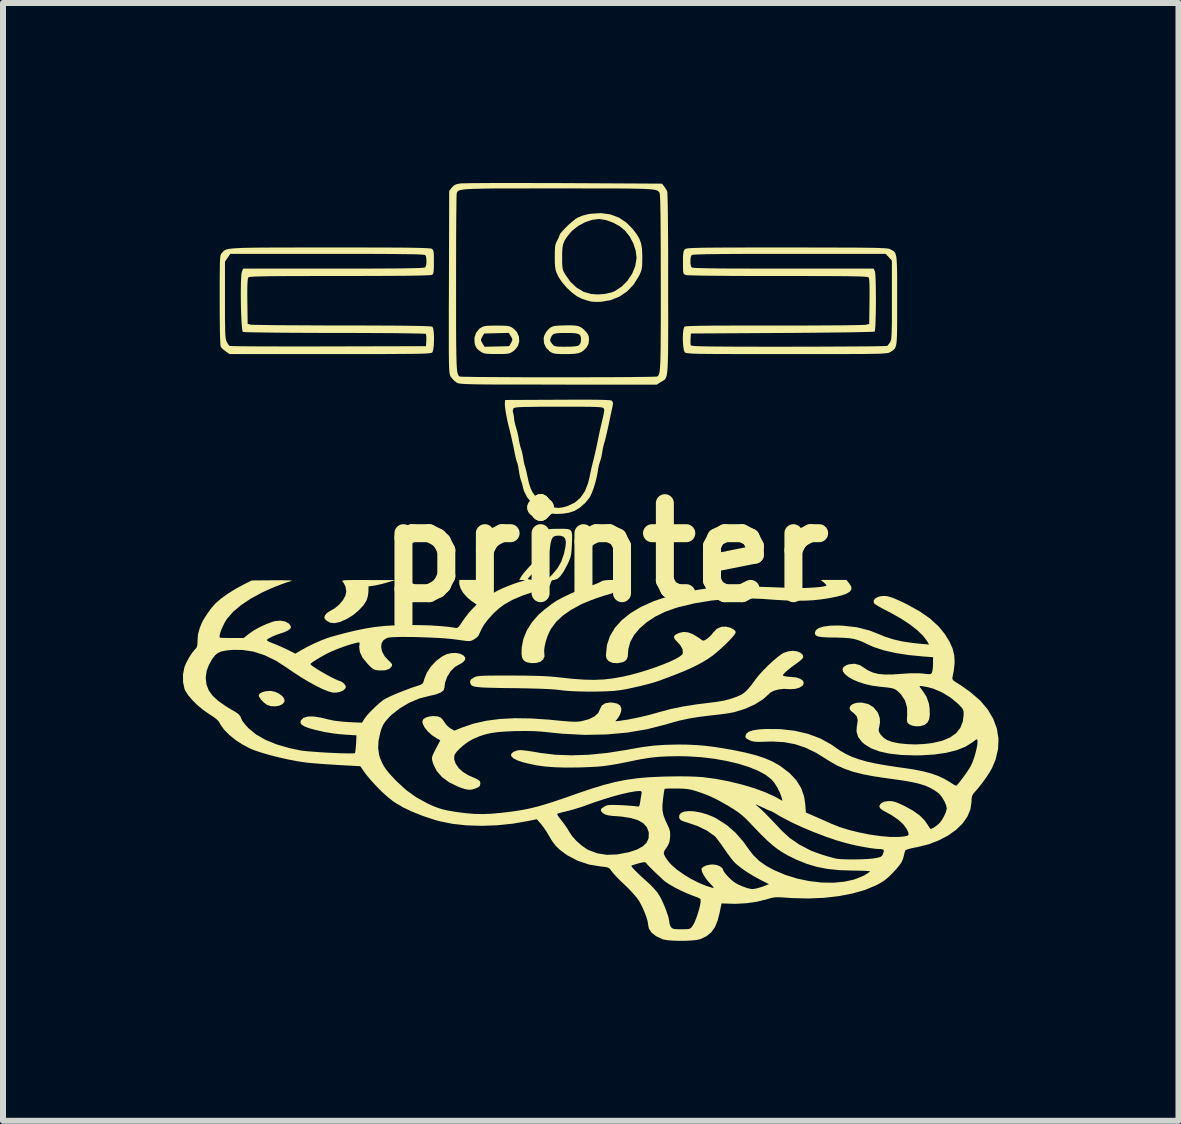
<source format=kicad_pcb>
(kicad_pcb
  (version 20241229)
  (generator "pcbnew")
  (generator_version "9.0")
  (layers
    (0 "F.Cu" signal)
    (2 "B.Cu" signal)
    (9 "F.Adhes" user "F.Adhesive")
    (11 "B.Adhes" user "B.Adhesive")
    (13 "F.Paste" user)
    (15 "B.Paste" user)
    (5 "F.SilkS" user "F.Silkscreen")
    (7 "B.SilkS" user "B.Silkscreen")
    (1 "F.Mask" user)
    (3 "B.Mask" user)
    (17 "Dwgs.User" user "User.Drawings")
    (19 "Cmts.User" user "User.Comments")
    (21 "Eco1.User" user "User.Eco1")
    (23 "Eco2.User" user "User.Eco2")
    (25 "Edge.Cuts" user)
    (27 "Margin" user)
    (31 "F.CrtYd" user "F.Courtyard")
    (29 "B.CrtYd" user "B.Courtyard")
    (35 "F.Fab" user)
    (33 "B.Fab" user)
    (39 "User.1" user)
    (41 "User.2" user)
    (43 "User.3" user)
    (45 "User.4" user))
  (footprint "printer"
    (layer "F.Cu")
    (at 7.032 6.159)
    (property "Reference" "printer" (at 0 0 0) (layer "F.SilkS") (effects (font (size 1.5 1.5) (thickness 0.3))))
    (attr board_only exclude_from_pos_files exclude_from_bom)
    (fp_poly (pts (xy -5.566 2.308) (xy -5.494 2.323) (xy -5.429 2.354) (xy -5.377 2.394) (xy -5.344 2.438) (xy -5.339 2.482) (xy -5.341 2.488) (xy -5.373 2.527) (xy -5.428 2.554) (xy -5.497 2.565) (xy -5.568 2.561) (xy -5.633 2.539) (xy -5.639 2.535) (xy -5.689 2.497) (xy -5.732 2.451) (xy -5.762 2.407) (xy -5.77 2.382) (xy -5.753 2.352) (xy -5.711 2.328) (xy -5.651 2.312) (xy -5.582 2.307)) (stroke (width 0) (type solid)) (fill yes) (layer "F.SilkS"))
    (fp_poly (pts (xy -3.974 0.458) (xy -3.946 0.459) (xy -3.492 0.46) (xy -3.632 0.501) (xy -3.711 0.523) (xy -3.789 0.541) (xy -3.85 0.553) (xy -3.857 0.554) (xy -3.94 0.565) (xy -3.941 0.648) (xy -3.948 0.716) (xy -3.967 0.785) (xy -3.973 0.8) (xy -4.023 0.88) (xy -4.099 0.961) (xy -4.191 1.039) (xy -4.293 1.103) (xy -4.314 1.114) (xy -4.42 1.16) (xy -4.507 1.178) (xy -4.578 1.171) (xy -4.637 1.137) (xy -4.638 1.137) (xy -4.669 1.106) (xy -4.676 1.08) (xy -4.666 1.049) (xy -4.635 1.011) (xy -4.59 0.98) (xy -4.587 0.979) (xy -4.503 0.931) (xy -4.427 0.867) (xy -4.365 0.793) (xy -4.324 0.717) (xy -4.31 0.648) (xy -4.323 0.568) (xy -4.359 0.499) (xy -4.371 0.486) (xy -4.378 0.478) (xy -4.376 0.471) (xy -4.361 0.466) (xy -4.331 0.462) (xy -4.281 0.46) (xy -4.207 0.459) (xy -4.106 0.458)) (stroke (width 0) (type solid)) (fill yes) (layer "F.SilkS"))
    (fp_poly (pts (xy -1.714 -3.781) (xy -1.651 -3.779) (xy -1.607 -3.774) (xy -1.574 -3.764) (xy -1.546 -3.748) (xy -1.528 -3.736) (xy -1.466 -3.675) (xy -1.433 -3.6) (xy -1.427 -3.52) (xy -1.449 -3.443) (xy -1.5 -3.377) (xy -1.53 -3.353) (xy -1.562 -3.333) (xy -1.593 -3.32) (xy -1.63 -3.312) (xy -1.682 -3.309) (xy -1.757 -3.308) (xy -1.807 -3.308) (xy -1.897 -3.309) (xy -1.96 -3.312) (xy -2.004 -3.317) (xy -2.035 -3.328) (xy -2.064 -3.344) (xy -2.075 -3.352) (xy -2.123 -3.389) (xy -2.15 -3.424) (xy -2.166 -3.471) (xy -2.171 -3.495) (xy -2.173 -3.532) (xy -2.064 -3.532) (xy -2.046 -3.497) (xy -2.04 -3.486) (xy -2.005 -3.429) (xy -1.8 -3.434) (xy -1.595 -3.439) (xy -1.564 -3.494) (xy -1.545 -3.533) (xy -1.544 -3.561) (xy -1.563 -3.597) (xy -1.567 -3.604) (xy -1.601 -3.66) (xy -1.807 -3.655) (xy -2.012 -3.65) (xy -2.043 -3.596) (xy -2.062 -3.559) (xy -2.064 -3.532) (xy -2.173 -3.532) (xy -2.174 -3.581) (xy -2.147 -3.661) (xy -2.096 -3.726) (xy -2.08 -3.738) (xy -2.049 -3.757) (xy -2.019 -3.769) (xy -1.982 -3.777) (xy -1.929 -3.78) (xy -1.852 -3.782) (xy -1.804 -3.782)) (stroke (width 0) (type solid)) (fill yes) (layer "F.SilkS"))
    (fp_poly (pts (xy 0.264 0.563) (xy 0.206 0.624) (xy 0.158 0.663) (xy 0.11 0.684) (xy 0.1 0.687) (xy -0.017 0.721) (xy -0.143 0.763) (xy -0.265 0.809) (xy -0.371 0.853) (xy -0.404 0.869) (xy -0.57 0.96) (xy -0.705 1.055) (xy -0.811 1.155) (xy -0.893 1.265) (xy -0.924 1.321) (xy -0.956 1.395) (xy -0.983 1.477) (xy -1.003 1.558) (xy -1.012 1.627) (xy -1.01 1.675) (xy -1.009 1.681) (xy -1.006 1.733) (xy -1.03 1.784) (xy -1.072 1.82) (xy -1.141 1.841) (xy -1.222 1.844) (xy -1.297 1.831) (xy -1.323 1.819) (xy -1.358 1.792) (xy -1.38 1.752) (xy -1.389 1.692) (xy -1.387 1.607) (xy -1.386 1.585) (xy -1.359 1.442) (xy -1.301 1.299) (xy -1.214 1.161) (xy -1.104 1.035) (xy -1.01 0.954) (xy -0.964 0.919) (xy -0.909 0.876) (xy -0.888 0.86) (xy -0.81 0.807) (xy -0.705 0.75) (xy -0.583 0.691) (xy -0.452 0.635) (xy -0.319 0.586) (xy -0.308 0.582) (xy -0.226 0.553) (xy -0.153 0.525) (xy -0.097 0.502) (xy -0.069 0.487) (xy -0.041 0.473) (xy -0.00002 0.464) (xy 0.061 0.459) (xy 0.15 0.457) (xy 0.164 0.457) (xy 0.355 0.457)) (stroke (width 0) (type solid)) (fill yes) (layer "F.SilkS"))
    (fp_poly (pts (xy -0.504 -3.784) (xy -0.445 -3.774) (xy -0.4 -3.755) (xy -0.361 -3.726) (xy -0.33 -3.696) (xy -0.29 -3.648) (xy -0.27 -3.606) (xy -0.264 -3.557) (xy -0.264 -3.546) (xy -0.272 -3.479) (xy -0.301 -3.424) (xy -0.31 -3.413) (xy -0.351 -3.37) (xy -0.393 -3.34) (xy -0.445 -3.321) (xy -0.513 -3.311) (xy -0.605 -3.307) (xy -0.655 -3.307) (xy -0.743 -3.308) (xy -0.804 -3.31) (xy -0.847 -3.317) (xy -0.88 -3.328) (xy -0.91 -3.345) (xy -0.918 -3.35) (xy -0.98 -3.412) (xy -1.015 -3.489) (xy -1.019 -3.554) (xy -0.911 -3.554) (xy -0.909 -3.522) (xy -0.884 -3.484) (xy -0.878 -3.476) (xy -0.86 -3.456) (xy -0.841 -3.443) (xy -0.812 -3.435) (xy -0.767 -3.431) (xy -0.697 -3.43) (xy -0.653 -3.43) (xy -0.552 -3.432) (xy -0.483 -3.438) (xy -0.441 -3.449) (xy -0.431 -3.454) (xy -0.404 -3.496) (xy -0.398 -3.541) (xy -0.4 -3.588) (xy -0.412 -3.621) (xy -0.439 -3.641) (xy -0.486 -3.653) (xy -0.558 -3.658) (xy -0.64 -3.658) (xy -0.732 -3.658) (xy -0.796 -3.655) (xy -0.838 -3.647) (xy -0.864 -3.635) (xy -0.883 -3.614) (xy -0.894 -3.594) (xy -0.911 -3.554) (xy -1.019 -3.554) (xy -1.02 -3.573) (xy -1.01 -3.616) (xy -0.98 -3.674) (xy -0.936 -3.726) (xy -0.928 -3.732) (xy -0.899 -3.754) (xy -0.869 -3.768) (xy -0.83 -3.777) (xy -0.773 -3.782) (xy -0.69 -3.785) (xy -0.583 -3.787)) (stroke (width 0) (type solid)) (fill yes) (layer "F.SilkS"))
    (fp_poly (pts (xy 4.071 0.513) (xy 4.106 0.566) (xy 4.11 0.612) (xy 4.084 0.652) (xy 4.027 0.687) (xy 3.936 0.718) (xy 3.853 0.738) (xy 3.722 0.764) (xy 3.595 0.783) (xy 3.466 0.796) (xy 3.33 0.803) (xy 3.181 0.804) (xy 3.014 0.799) (xy 2.823 0.788) (xy 2.621 0.773) (xy 2.352 0.763) (xy 2.067 0.773) (xy 1.778 0.801) (xy 1.497 0.847) (xy 1.233 0.91) (xy 1.179 0.926) (xy 0.999 0.99) (xy 0.838 1.07) (xy 0.697 1.163) (xy 0.579 1.266) (xy 0.487 1.376) (xy 0.423 1.492) (xy 0.391 1.61) (xy 0.387 1.664) (xy 0.381 1.739) (xy 0.36 1.788) (xy 0.319 1.819) (xy 0.297 1.828) (xy 0.21 1.846) (xy 0.129 1.84) (xy 0.065 1.812) (xy 0.064 1.81) (xy 0.03 1.773) (xy 0.018 1.725) (xy 0.018 1.706) (xy 0.034 1.545) (xy 0.084 1.395) (xy 0.167 1.255) (xy 0.282 1.127) (xy 0.428 1.01) (xy 0.605 0.905) (xy 0.812 0.812) (xy 1.049 0.732) (xy 1.315 0.666) (xy 1.469 0.636) (xy 1.589 0.616) (xy 1.704 0.599) (xy 1.817 0.586) (xy 1.934 0.576) (xy 2.057 0.57) (xy 2.193 0.567) (xy 2.343 0.567) (xy 2.514 0.57) (xy 2.709 0.576) (xy 2.931 0.584) (xy 3.091 0.591) (xy 3.189 0.593) (xy 3.294 0.593) (xy 3.398 0.589) (xy 3.496 0.583) (xy 3.581 0.576) (xy 3.647 0.566) (xy 3.686 0.556) (xy 3.693 0.552) (xy 3.687 0.536) (xy 3.66 0.509) (xy 3.65 0.5) (xy 3.597 0.458) (xy 3.811 0.457) (xy 4.025 0.457)) (stroke (width 0) (type solid)) (fill yes) (layer "F.SilkS"))
    (fp_poly (pts (xy 0.089 -5.636) (xy 0.232 -5.583) (xy 0.36 -5.498) (xy 0.462 -5.395) (xy 0.528 -5.309) (xy 0.574 -5.233) (xy 0.603 -5.155) (xy 0.618 -5.067) (xy 0.624 -4.956) (xy 0.624 -4.925) (xy 0.623 -4.835) (xy 0.621 -4.772) (xy 0.614 -4.723) (xy 0.601 -4.681) (xy 0.582 -4.636) (xy 0.568 -4.608) (xy 0.48 -4.467) (xy 0.37 -4.351) (xy 0.241 -4.264) (xy 0.095 -4.206) (xy -0.061 -4.179) (xy -0.132 -4.177) (xy -0.196 -4.179) (xy -0.237 -4.184) (xy -0.284 -4.197) (xy -0.346 -4.217) (xy -0.387 -4.231) (xy -0.468 -4.272) (xy -0.555 -4.338) (xy -0.641 -4.419) (xy -0.717 -4.509) (xy -0.775 -4.597) (xy -0.785 -4.618) (xy -0.807 -4.667) (xy -0.821 -4.711) (xy -0.829 -4.759) (xy -0.834 -4.821) (xy -0.835 -4.907) (xy -0.835 -4.925) (xy -0.712 -4.925) (xy -0.712 -4.836) (xy -0.709 -4.774) (xy -0.703 -4.729) (xy -0.691 -4.692) (xy -0.673 -4.655) (xy -0.661 -4.635) (xy -0.573 -4.511) (xy -0.47 -4.414) (xy -0.354 -4.345) (xy -0.231 -4.309) (xy -0.229 -4.309) (xy -0.114 -4.301) (xy 0.002 -4.31) (xy 0.107 -4.334) (xy 0.164 -4.356) (xy 0.28 -4.432) (xy 0.378 -4.532) (xy 0.455 -4.647) (xy 0.506 -4.773) (xy 0.527 -4.902) (xy 0.528 -4.92) (xy 0.513 -5.034) (xy 0.473 -5.155) (xy 0.412 -5.269) (xy 0.336 -5.365) (xy 0.335 -5.366) (xy 0.246 -5.439) (xy 0.137 -5.498) (xy 0.022 -5.54) (xy -0.088 -5.558) (xy -0.106 -5.558) (xy -0.214 -5.544) (xy -0.329 -5.505) (xy -0.439 -5.446) (xy -0.535 -5.373) (xy -0.581 -5.324) (xy -0.636 -5.254) (xy -0.673 -5.196) (xy -0.695 -5.14) (xy -0.707 -5.075) (xy -0.712 -4.992) (xy -0.712 -4.925) (xy -0.835 -4.925) (xy -0.834 -5.016) (xy -0.831 -5.081) (xy -0.825 -5.127) (xy -0.813 -5.163) (xy -0.796 -5.198) (xy -0.772 -5.244) (xy -0.758 -5.281) (xy -0.756 -5.289) (xy -0.744 -5.314) (xy -0.71 -5.355) (xy -0.662 -5.406) (xy -0.606 -5.461) (xy -0.547 -5.512) (xy -0.494 -5.555) (xy -0.457 -5.58) (xy -0.382 -5.612) (xy -0.286 -5.638) (xy -0.239 -5.646) (xy -0.067 -5.657)) (stroke (width 0) (type solid)) (fill yes) (layer "F.SilkS"))
    (fp_poly (pts (xy 2.09 1.253) (xy 2.144 1.28) (xy 2.176 1.312) (xy 2.181 1.331) (xy 2.168 1.359) (xy 2.133 1.404) (xy 2.081 1.461) (xy 2.016 1.526) (xy 1.945 1.593) (xy 1.871 1.658) (xy 1.801 1.715) (xy 1.739 1.759) (xy 1.734 1.763) (xy 1.646 1.817) (xy 1.555 1.868) (xy 1.456 1.917) (xy 1.345 1.967) (xy 1.215 2.02) (xy 1.063 2.079) (xy 0.881 2.146) (xy 0.88 2.146) (xy 0.812 2.168) (xy 0.72 2.193) (xy 0.612 2.221) (xy 0.498 2.247) (xy 0.389 2.271) (xy 0.293 2.289) (xy 0.255 2.295) (xy 0.152 2.307) (xy 0.022 2.314) (xy -0.124 2.318) (xy -0.278 2.319) (xy -0.43 2.316) (xy -0.573 2.31) (xy -0.696 2.3) (xy -0.756 2.292) (xy -0.838 2.283) (xy -0.953 2.276) (xy -1.103 2.27) (xy -1.285 2.265) (xy -1.499 2.261) (xy -1.538 2.261) (xy -1.711 2.259) (xy -1.853 2.256) (xy -1.966 2.253) (xy -2.054 2.249) (xy -2.12 2.243) (xy -2.168 2.236) (xy -2.201 2.226) (xy -2.222 2.214) (xy -2.235 2.198) (xy -2.243 2.179) (xy -2.244 2.179) (xy -2.247 2.144) (xy -2.229 2.115) (xy -2.183 2.084) (xy -2.176 2.08) (xy -2.157 2.072) (xy -2.133 2.065) (xy -2.099 2.06) (xy -2.053 2.056) (xy -1.989 2.053) (xy -1.904 2.052) (xy -1.795 2.051) (xy -1.656 2.051) (xy -1.557 2.051) (xy -1.358 2.052) (xy -1.19 2.055) (xy -1.048 2.059) (xy -0.928 2.066) (xy -0.825 2.074) (xy -0.765 2.081) (xy -0.546 2.105) (xy -0.353 2.119) (xy -0.179 2.123) (xy -0.017 2.116) (xy 0.14 2.098) (xy 0.3 2.069) (xy 0.431 2.039) (xy 0.575 2) (xy 0.718 1.956) (xy 0.853 1.91) (xy 0.978 1.863) (xy 1.089 1.817) (xy 1.18 1.774) (xy 1.248 1.734) (xy 1.289 1.701) (xy 1.299 1.683) (xy 1.295 1.614) (xy 1.257 1.545) (xy 1.208 1.492) (xy 1.163 1.443) (xy 1.15 1.405) (xy 1.17 1.374) (xy 1.224 1.346) (xy 1.243 1.339) (xy 1.314 1.324) (xy 1.389 1.332) (xy 1.471 1.364) (xy 1.566 1.422) (xy 1.628 1.467) (xy 1.654 1.467) (xy 1.694 1.445) (xy 1.74 1.409) (xy 1.784 1.362) (xy 1.804 1.336) (xy 1.866 1.272) (xy 1.943 1.238) (xy 2.021 1.236)) (stroke (width 0) (type solid)) (fill yes) (layer "F.SilkS"))
    (fp_poly (pts (xy -0.246 -2.547) (xy -0.127 -2.546) (xy -0.034 -2.544) (xy 0.035 -2.541) (xy 0.082 -2.538) (xy 0.11 -2.533) (xy 0.118 -2.53) (xy 0.135 -2.497) (xy 0.132 -2.455) (xy 0.122 -2.409) (xy 0.108 -2.344) (xy 0.096 -2.287) (xy 0.064 -2.135) (xy 0.036 -2.008) (xy 0.013 -1.91) (xy -0.005 -1.842) (xy -0.014 -1.812) (xy -0.026 -1.769) (xy -0.038 -1.708) (xy -0.044 -1.671) (xy -0.056 -1.604) (xy -0.072 -1.541) (xy -0.081 -1.516) (xy -0.097 -1.463) (xy -0.112 -1.396) (xy -0.116 -1.367) (xy -0.131 -1.278) (xy -0.155 -1.18) (xy -0.184 -1.082) (xy -0.216 -0.995) (xy -0.246 -0.93) (xy -0.252 -0.92) (xy -0.325 -0.829) (xy -0.418 -0.747) (xy -0.511 -0.691) (xy -0.594 -0.664) (xy -0.698 -0.647) (xy -0.809 -0.642) (xy -0.906 -0.65) (xy -1.017 -0.683) (xy -1.124 -0.744) (xy -1.219 -0.825) (xy -1.296 -0.921) (xy -1.349 -1.025) (xy -1.364 -1.082) (xy -1.379 -1.143) (xy -1.397 -1.2) (xy -1.399 -1.205) (xy -1.413 -1.252) (xy -1.426 -1.317) (xy -1.433 -1.363) (xy -1.443 -1.426) (xy -1.454 -1.477) (xy -1.463 -1.5) (xy -1.474 -1.533) (xy -1.488 -1.588) (xy -1.502 -1.655) (xy -1.503 -1.659) (xy -1.53 -1.791) (xy -1.562 -1.937) (xy -1.596 -2.077) (xy -1.603 -2.102) (xy -1.624 -2.191) (xy -1.642 -2.283) (xy -1.655 -2.357) (xy -1.536 -2.357) (xy -1.529 -2.328) (xy -1.517 -2.276) (xy -1.513 -2.233) (xy -1.507 -2.188) (xy -1.493 -2.126) (xy -1.479 -2.08) (xy -1.458 -2.005) (xy -1.441 -1.926) (xy -1.435 -1.888) (xy -1.423 -1.821) (xy -1.407 -1.759) (xy -1.4 -1.738) (xy -1.384 -1.686) (xy -1.369 -1.619) (xy -1.363 -1.583) (xy -1.352 -1.52) (xy -1.34 -1.464) (xy -1.333 -1.442) (xy -1.321 -1.403) (xy -1.306 -1.342) (xy -1.292 -1.275) (xy -1.266 -1.157) (xy -1.236 -1.065) (xy -1.199 -0.992) (xy -1.151 -0.927) (xy -1.126 -0.9) (xy -1.038 -0.827) (xy -0.941 -0.779) (xy -0.939 -0.779) (xy -0.85 -0.752) (xy -0.778 -0.743) (xy -0.705 -0.751) (xy -0.619 -0.776) (xy -0.502 -0.831) (xy -0.408 -0.912) (xy -0.334 -1.02) (xy -0.28 -1.156) (xy -0.255 -1.258) (xy -0.24 -1.332) (xy -0.225 -1.403) (xy -0.213 -1.451) (xy -0.185 -1.563) (xy -0.155 -1.691) (xy -0.128 -1.816) (xy -0.114 -1.882) (xy -0.098 -1.963) (xy -0.078 -2.055) (xy -0.063 -2.12) (xy -0.04 -2.22) (xy -0.023 -2.291) (xy -0.014 -2.339) (xy -0.01 -2.369) (xy -0.012 -2.387) (xy -0.018 -2.399) (xy -0.026 -2.408) (xy -0.037 -2.414) (xy -0.061 -2.419) (xy -0.1 -2.423) (xy -0.156 -2.426) (xy -0.233 -2.428) (xy -0.334 -2.429) (xy -0.462 -2.43) (xy -0.62 -2.43) (xy -0.777 -2.43) (xy -0.957 -2.429) (xy -1.106 -2.429) (xy -1.226 -2.427) (xy -1.32 -2.426) (xy -1.392 -2.424) (xy -1.444 -2.421) (xy -1.481 -2.417) (xy -1.504 -2.412) (xy -1.518 -2.406) (xy -1.525 -2.4) (xy -1.536 -2.357) (xy -1.655 -2.357) (xy -1.657 -2.37) (xy -1.666 -2.441) (xy -1.667 -2.488) (xy -1.667 -2.489) (xy -1.662 -2.542) (xy -0.785 -2.546) (xy -0.573 -2.547) (xy -0.394 -2.547)) (stroke (width 0) (type solid)) (fill yes) (layer "F.SilkS"))
    (fp_poly (pts (xy 3.201 1.647) (xy 3.259 1.67) (xy 3.297 1.705) (xy 3.307 1.743) (xy 3.292 1.769) (xy 3.253 1.806) (xy 3.197 1.848) (xy 3.131 1.895) (xy 3.066 1.945) (xy 3.02 1.985) (xy 2.982 2.023) (xy 2.967 2.043) (xy 2.973 2.054) (xy 2.994 2.061) (xy 3.038 2.069) (xy 3.095 2.073) (xy 3.106 2.074) (xy 3.19 2.083) (xy 3.256 2.105) (xy 3.299 2.135) (xy 3.316 2.172) (xy 3.302 2.211) (xy 3.297 2.218) (xy 3.244 2.253) (xy 3.17 2.274) (xy 3.085 2.279) (xy 3.058 2.276) (xy 2.979 2.273) (xy 2.897 2.283) (xy 2.822 2.303) (xy 2.765 2.331) (xy 2.749 2.345) (xy 2.639 2.445) (xy 2.501 2.532) (xy 2.339 2.605) (xy 2.161 2.66) (xy 2.143 2.664) (xy 2.085 2.675) (xy 2.002 2.688) (xy 1.903 2.701) (xy 1.798 2.713) (xy 1.761 2.717) (xy 1.572 2.74) (xy 1.405 2.767) (xy 1.247 2.801) (xy 1.082 2.846) (xy 1.013 2.867) (xy 0.703 2.946) (xy 0.372 3.002) (xy 0.024 3.033) (xy -0.337 3.04) (xy -0.707 3.021) (xy -0.923 2.999) (xy -1.052 2.986) (xy -1.178 2.978) (xy -1.314 2.975) (xy -1.471 2.977) (xy -1.495 2.977) (xy -1.654 2.984) (xy -1.785 2.994) (xy -1.896 3.01) (xy -1.995 3.032) (xy -2.089 3.063) (xy -2.185 3.104) (xy -2.202 3.112) (xy -2.273 3.152) (xy -2.347 3.205) (xy -2.414 3.263) (xy -2.469 3.319) (xy -2.502 3.367) (xy -2.507 3.379) (xy -2.512 3.448) (xy -2.486 3.522) (xy -2.435 3.595) (xy -2.362 3.661) (xy -2.271 3.715) (xy -2.254 3.723) (xy -2.176 3.757) (xy -2.125 3.781) (xy -2.095 3.801) (xy -2.08 3.819) (xy -2.076 3.841) (xy -2.076 3.853) (xy -2.082 3.887) (xy -2.106 3.911) (xy -2.146 3.929) (xy -2.206 3.949) (xy -2.262 3.955) (xy -2.323 3.946) (xy -2.399 3.922) (xy -2.445 3.904) (xy -2.596 3.831) (xy -2.716 3.742) (xy -2.805 3.639) (xy -2.862 3.522) (xy -2.87 3.494) (xy -2.88 3.454) (xy -2.882 3.423) (xy -2.874 3.389) (xy -2.854 3.344) (xy -2.821 3.278) (xy -2.818 3.272) (xy -2.743 3.13) (xy -2.799 3.1) (xy -2.882 3.046) (xy -2.953 2.981) (xy -3.007 2.913) (xy -3.038 2.849) (xy -3.043 2.816) (xy -3.027 2.78) (xy -2.983 2.75) (xy -2.919 2.732) (xy -2.858 2.726) (xy -2.784 2.732) (xy -2.733 2.754) (xy -2.693 2.798) (xy -2.673 2.83) (xy -2.633 2.883) (xy -2.582 2.927) (xy -2.57 2.934) (xy -2.507 2.969) (xy -2.379 2.917) (xy -2.188 2.852) (xy -1.98 2.805) (xy -1.752 2.775) (xy -1.502 2.762) (xy -1.226 2.766) (xy -0.923 2.787) (xy -0.823 2.797) (xy -0.693 2.809) (xy -0.592 2.817) (xy -0.514 2.821) (xy -0.454 2.82) (xy -0.406 2.815) (xy -0.396 2.813) (xy -0.27 2.78) (xy -0.174 2.733) (xy -0.11 2.674) (xy -0.08 2.606) (xy -0.051 2.55) (xy 0.004 2.514) (xy 0.083 2.5) (xy 0.128 2.502) (xy 0.207 2.519) (xy 0.255 2.551) (xy 0.275 2.601) (xy 0.272 2.646) (xy 0.251 2.706) (xy 0.218 2.761) (xy 0.216 2.763) (xy 0.173 2.814) (xy 0.258 2.804) (xy 0.389 2.784) (xy 0.539 2.754) (xy 0.697 2.718) (xy 0.849 2.677) (xy 0.897 2.663) (xy 1.089 2.611) (xy 1.298 2.568) (xy 1.531 2.531) (xy 1.724 2.507) (xy 1.867 2.489) (xy 1.984 2.469) (xy 2.085 2.443) (xy 2.179 2.411) (xy 2.242 2.385) (xy 2.292 2.359) (xy 2.338 2.325) (xy 2.385 2.278) (xy 2.439 2.213) (xy 2.505 2.124) (xy 2.512 2.114) (xy 2.568 2.043) (xy 2.641 1.964) (xy 2.722 1.882) (xy 2.805 1.805) (xy 2.884 1.739) (xy 2.951 1.69) (xy 2.98 1.673) (xy 3.055 1.648) (xy 3.131 1.639)) (stroke (width 0) (type solid)) (fill yes) (layer "F.SilkS"))
    (fp_poly (pts (xy -1.395 -6.159) (xy -1.177 -6.158) (xy -0.947 -6.158) (xy -0.709 -6.157) (xy -0.681 -6.157) (xy 0.952 -6.148) (xy 0.987 -6.104) (xy 1.018 -6.058) (xy 1.039 -6.019) (xy 1.042 -5.994) (xy 1.044 -5.936) (xy 1.047 -5.846) (xy 1.049 -5.725) (xy 1.051 -5.576) (xy 1.052 -5.4) (xy 1.054 -5.199) (xy 1.055 -4.974) (xy 1.055 -4.727) (xy 1.055 -4.471) (xy 1.055 -4.201) (xy 1.056 -3.965) (xy 1.056 -3.759) (xy 1.055 -3.582) (xy 1.054 -3.431) (xy 1.053 -3.304) (xy 1.05 -3.199) (xy 1.047 -3.113) (xy 1.043 -3.044) (xy 1.037 -2.991) (xy 1.03 -2.95) (xy 1.02 -2.92) (xy 1.01 -2.898) (xy 0.997 -2.882) (xy 0.982 -2.87) (xy 0.964 -2.859) (xy 0.944 -2.848) (xy 0.931 -2.84) (xy 0.863 -2.797) (xy -0.778 -2.798) (xy -1.055 -2.799) (xy -1.299 -2.799) (xy -1.513 -2.799) (xy -1.697 -2.8) (xy -1.856 -2.8) (xy -1.99 -2.801) (xy -2.101 -2.802) (xy -2.193 -2.804) (xy -2.267 -2.806) (xy -2.326 -2.808) (xy -2.371 -2.811) (xy -2.405 -2.814) (xy -2.43 -2.818) (xy -2.448 -2.822) (xy -2.461 -2.827) (xy -2.472 -2.833) (xy -2.475 -2.835) (xy -2.524 -2.875) (xy -2.566 -2.925) (xy -2.568 -2.928) (xy -2.574 -2.939) (xy -2.58 -2.951) (xy -2.584 -2.966) (xy -2.588 -2.988) (xy -2.592 -3.017) (xy -2.595 -3.056) (xy -2.597 -3.109) (xy -2.599 -3.176) (xy -2.6 -3.26) (xy -2.601 -3.363) (xy -2.601 -3.488) (xy -2.601 -3.638) (xy -2.601 -3.813) (xy -2.601 -4.017) (xy -2.6 -4.251) (xy -2.599 -4.492) (xy -2.48 -4.492) (xy -2.48 -4.226) (xy -2.48 -3.992) (xy -2.48 -3.79) (xy -2.479 -3.616) (xy -2.478 -3.468) (xy -2.476 -3.344) (xy -2.474 -3.242) (xy -2.472 -3.16) (xy -2.468 -3.094) (xy -2.464 -3.044) (xy -2.459 -3.006) (xy -2.452 -2.979) (xy -2.445 -2.96) (xy -2.437 -2.947) (xy -2.427 -2.938) (xy -2.42 -2.933) (xy -2.4 -2.931) (xy -2.348 -2.929) (xy -2.266 -2.928) (xy -2.158 -2.926) (xy -2.027 -2.925) (xy -1.876 -2.924) (xy -1.708 -2.923) (xy -1.525 -2.922) (xy -1.331 -2.921) (xy -1.13 -2.921) (xy -0.923 -2.921) (xy -0.714 -2.921) (xy -0.505 -2.921) (xy -0.301 -2.921) (xy -0.104 -2.922) (xy 0.084 -2.922) (xy 0.259 -2.923) (xy 0.417 -2.924) (xy 0.557 -2.926) (xy 0.675 -2.927) (xy 0.768 -2.929) (xy 0.834 -2.931) (xy 0.868 -2.933) (xy 0.872 -2.933) (xy 0.883 -2.941) (xy 0.892 -2.952) (xy 0.9 -2.966) (xy 0.907 -2.988) (xy 0.913 -3.019) (xy 0.917 -3.061) (xy 0.921 -3.116) (xy 0.925 -3.188) (xy 0.927 -3.277) (xy 0.929 -3.387) (xy 0.93 -3.519) (xy 0.931 -3.676) (xy 0.932 -3.86) (xy 0.932 -4.073) (xy 0.932 -4.318) (xy 0.932 -4.497) (xy 0.931 -4.774) (xy 0.931 -5.017) (xy 0.93 -5.229) (xy 0.929 -5.411) (xy 0.928 -5.564) (xy 0.926 -5.691) (xy 0.924 -5.794) (xy 0.922 -5.874) (xy 0.919 -5.933) (xy 0.916 -5.972) (xy 0.912 -5.994) (xy 0.91 -6) (xy 0.9 -6.011) (xy 0.89 -6.022) (xy 0.877 -6.031) (xy 0.858 -6.038) (xy 0.832 -6.045) (xy 0.796 -6.05) (xy 0.748 -6.055) (xy 0.686 -6.059) (xy 0.608 -6.062) (xy 0.511 -6.064) (xy 0.394 -6.066) (xy 0.254 -6.067) (xy 0.09 -6.068) (xy -0.102 -6.068) (xy -0.323 -6.068) (xy -0.576 -6.069) (xy -0.774 -6.069) (xy -1.053 -6.069) (xy -1.299 -6.068) (xy -1.514 -6.068) (xy -1.7 -6.068) (xy -1.86 -6.067) (xy -1.995 -6.065) (xy -2.108 -6.063) (xy -2.2 -6.061) (xy -2.275 -6.057) (xy -2.333 -6.053) (xy -2.377 -6.047) (xy -2.41 -6.041) (xy -2.432 -6.033) (xy -2.448 -6.024) (xy -2.457 -6.014) (xy -2.464 -6.002) (xy -2.469 -5.989) (xy -2.469 -5.989) (xy -2.471 -5.967) (xy -2.473 -5.913) (xy -2.474 -5.829) (xy -2.475 -5.718) (xy -2.477 -5.582) (xy -2.478 -5.424) (xy -2.479 -5.247) (xy -2.479 -5.053) (xy -2.48 -4.845) (xy -2.48 -4.626) (xy -2.48 -4.492) (xy -2.599 -4.492) (xy -2.599 -4.506) (xy -2.595 -6.025) (xy -2.553 -6.08) (xy -2.521 -6.115) (xy -2.482 -6.136) (xy -2.422 -6.149) (xy -2.412 -6.151) (xy -2.38 -6.153) (xy -2.316 -6.154) (xy -2.222 -6.156) (xy -2.1 -6.157) (xy -1.954 -6.158) (xy -1.786 -6.159) (xy -1.599 -6.159)) (stroke (width 0) (type solid)) (fill yes) (layer "F.SilkS"))
    (fp_poly (pts (xy -4.037 -5.084) (xy -3.811 -5.083) (xy -3.616 -5.083) (xy -3.447 -5.082) (xy -3.305 -5.081) (xy -3.187 -5.079) (xy -3.092 -5.077) (xy -3.017 -5.075) (xy -2.96 -5.072) (xy -2.921 -5.069) (xy -2.896 -5.066) (xy -2.886 -5.062) (xy -2.87 -5.05) (xy -2.859 -5.03) (xy -2.853 -4.998) (xy -2.85 -4.945) (xy -2.85 -4.866) (xy -2.85 -4.842) (xy -2.85 -4.756) (xy -2.853 -4.697) (xy -2.858 -4.661) (xy -2.867 -4.64) (xy -2.881 -4.628) (xy -2.884 -4.627) (xy -2.909 -4.623) (xy -2.969 -4.62) (xy -3.064 -4.617) (xy -3.194 -4.614) (xy -3.36 -4.612) (xy -3.56 -4.611) (xy -3.796 -4.61) (xy -4.067 -4.609) (xy -4.373 -4.609) (xy -4.421 -4.609) (xy -4.691 -4.609) (xy -4.929 -4.608) (xy -5.135 -4.608) (xy -5.312 -4.607) (xy -5.463 -4.606) (xy -5.588 -4.605) (xy -5.691 -4.603) (xy -5.773 -4.601) (xy -5.836 -4.599) (xy -5.883 -4.596) (xy -5.915 -4.593) (xy -5.934 -4.589) (xy -5.943 -4.585) (xy -5.944 -4.584) (xy -5.951 -4.561) (xy -5.956 -4.51) (xy -5.959 -4.429) (xy -5.96 -4.316) (xy -5.959 -4.185) (xy -5.954 -3.811) (xy -5.907 -3.798) (xy -5.883 -3.796) (xy -5.826 -3.794) (xy -5.739 -3.793) (xy -5.625 -3.791) (xy -5.487 -3.789) (xy -5.327 -3.788) (xy -5.147 -3.787) (xy -4.952 -3.786) (xy -4.742 -3.785) (xy -4.521 -3.784) (xy -4.379 -3.784) (xy -4.094 -3.784) (xy -3.842 -3.783) (xy -3.623 -3.782) (xy -3.435 -3.781) (xy -3.277 -3.779) (xy -3.147 -3.777) (xy -3.044 -3.775) (xy -2.966 -3.772) (xy -2.913 -3.769) (xy -2.882 -3.765) (xy -2.874 -3.762) (xy -2.861 -3.734) (xy -2.853 -3.68) (xy -2.848 -3.61) (xy -2.848 -3.532) (xy -2.851 -3.456) (xy -2.859 -3.391) (xy -2.87 -3.347) (xy -2.877 -3.335) (xy -2.885 -3.33) (xy -2.898 -3.326) (xy -2.92 -3.322) (xy -2.952 -3.319) (xy -2.996 -3.316) (xy -3.055 -3.314) (xy -3.131 -3.312) (xy -3.225 -3.311) (xy -3.339 -3.31) (xy -3.477 -3.309) (xy -3.639 -3.308) (xy -3.828 -3.307) (xy -4.046 -3.307) (xy -4.295 -3.307) (xy -4.578 -3.307) (xy -4.579 -3.307) (xy -6.254 -3.307) (xy -6.319 -3.351) (xy -6.364 -3.386) (xy -6.396 -3.42) (xy -6.402 -3.429) (xy -6.407 -3.456) (xy -6.411 -3.517) (xy -6.415 -3.61) (xy -6.417 -3.735) (xy -6.419 -3.889) (xy -6.42 -4.071) (xy -6.42 -4.208) (xy -6.332 -4.208) (xy -6.332 -4.038) (xy -6.332 -3.899) (xy -6.33 -3.789) (xy -6.329 -3.703) (xy -6.326 -3.637) (xy -6.322 -3.589) (xy -6.317 -3.555) (xy -6.311 -3.53) (xy -6.304 -3.513) (xy -6.279 -3.471) (xy -6.257 -3.445) (xy -6.255 -3.443) (xy -6.235 -3.442) (xy -6.182 -3.44) (xy -6.099 -3.438) (xy -5.989 -3.437) (xy -5.853 -3.436) (xy -5.694 -3.435) (xy -5.515 -3.435) (xy -5.319 -3.434) (xy -5.107 -3.434) (xy -4.882 -3.434) (xy -4.647 -3.435) (xy -4.609 -3.435) (xy -2.982 -3.439) (xy -2.976 -3.534) (xy -2.976 -3.589) (xy -2.98 -3.631) (xy -2.986 -3.644) (xy -3.005 -3.646) (xy -3.057 -3.648) (xy -3.14 -3.65) (xy -3.249 -3.652) (xy -3.384 -3.654) (xy -3.54 -3.656) (xy -3.717 -3.657) (xy -3.91 -3.658) (xy -4.118 -3.659) (xy -4.338 -3.66) (xy -4.505 -3.66) (xy -4.742 -3.66) (xy -4.967 -3.661) (xy -5.177 -3.662) (xy -5.369 -3.663) (xy -5.542 -3.665) (xy -5.693 -3.667) (xy -5.819 -3.669) (xy -5.919 -3.671) (xy -5.989 -3.673) (xy -6.027 -3.676) (xy -6.034 -3.677) (xy -6.042 -3.699) (xy -6.049 -3.75) (xy -6.055 -3.826) (xy -6.06 -3.92) (xy -6.064 -4.027) (xy -6.067 -4.141) (xy -6.068 -4.258) (xy -6.068 -4.371) (xy -6.067 -4.474) (xy -6.063 -4.563) (xy -6.059 -4.632) (xy -6.052 -4.675) (xy -6.05 -4.681) (xy -6.029 -4.732) (xy -4.522 -4.732) (xy -4.242 -4.732) (xy -3.995 -4.732) (xy -3.779 -4.733) (xy -3.594 -4.734) (xy -3.438 -4.735) (xy -3.308 -4.737) (xy -3.203 -4.739) (xy -3.121 -4.741) (xy -3.061 -4.744) (xy -3.021 -4.747) (xy -2.999 -4.751) (xy -2.994 -4.753) (xy -2.98 -4.785) (xy -2.974 -4.837) (xy -2.975 -4.894) (xy -2.984 -4.94) (xy -2.994 -4.957) (xy -3.006 -4.961) (xy -3.035 -4.964) (xy -3.083 -4.967) (xy -3.151 -4.97) (xy -3.241 -4.972) (xy -3.355 -4.973) (xy -3.494 -4.975) (xy -3.661 -4.976) (xy -3.855 -4.977) (xy -4.081 -4.978) (xy -4.337 -4.978) (xy -4.628 -4.978) (xy -4.629 -4.978) (xy -6.243 -4.978) (xy -6.288 -4.912) (xy -6.332 -4.847) (xy -6.332 -4.208) (xy -6.42 -4.208) (xy -6.42 -4.208) (xy -6.42 -4.39) (xy -6.42 -4.539) (xy -6.419 -4.66) (xy -6.418 -4.756) (xy -6.417 -4.83) (xy -6.414 -4.885) (xy -6.411 -4.924) (xy -6.406 -4.951) (xy -6.4 -4.97) (xy -6.393 -4.982) (xy -6.385 -4.992) (xy -6.371 -5.007) (xy -6.359 -5.02) (xy -6.345 -5.032) (xy -6.328 -5.042) (xy -6.306 -5.051) (xy -6.276 -5.058) (xy -6.237 -5.064) (xy -6.186 -5.069) (xy -6.121 -5.073) (xy -6.04 -5.077) (xy -5.941 -5.079) (xy -5.821 -5.081) (xy -5.679 -5.082) (xy -5.512 -5.083) (xy -5.318 -5.083) (xy -5.095 -5.084) (xy -4.842 -5.084) (xy -4.585 -5.084) (xy -4.294 -5.084)) (stroke (width 0) (type solid)) (fill yes) (layer "F.SilkS"))
    (fp_poly (pts (xy 2.903 -5.084) (xy 3.033 -5.084) (xy 3.315 -5.084) (xy 3.564 -5.083) (xy 3.782 -5.083) (xy 3.971 -5.082) (xy 4.134 -5.082) (xy 4.271 -5.081) (xy 4.387 -5.079) (xy 4.482 -5.078) (xy 4.559 -5.076) (xy 4.619 -5.073) (xy 4.666 -5.071) (xy 4.701 -5.068) (xy 4.726 -5.064) (xy 4.744 -5.06) (xy 4.755 -5.055) (xy 4.782 -5.041) (xy 4.805 -5.029) (xy 4.824 -5.013) (xy 4.839 -4.993) (xy 4.85 -4.963) (xy 4.859 -4.921) (xy 4.864 -4.864) (xy 4.868 -4.789) (xy 4.871 -4.691) (xy 4.872 -4.569) (xy 4.872 -4.419) (xy 4.872 -4.237) (xy 4.872 -4.204) (xy 4.872 -4.016) (xy 4.872 -3.861) (xy 4.871 -3.735) (xy 4.869 -3.634) (xy 4.866 -3.555) (xy 4.861 -3.494) (xy 4.853 -3.45) (xy 4.842 -3.417) (xy 4.829 -3.394) (xy 4.811 -3.377) (xy 4.79 -3.361) (xy 4.764 -3.346) (xy 4.76 -3.344) (xy 4.75 -3.337) (xy 4.739 -3.332) (xy 4.724 -3.327) (xy 4.704 -3.323) (xy 4.676 -3.32) (xy 4.639 -3.317) (xy 4.589 -3.314) (xy 4.526 -3.312) (xy 4.446 -3.311) (xy 4.348 -3.309) (xy 4.23 -3.308) (xy 4.089 -3.308) (xy 3.923 -3.307) (xy 3.73 -3.307) (xy 3.508 -3.307) (xy 3.254 -3.307) (xy 3.031 -3.307) (xy 2.75 -3.307) (xy 2.503 -3.307) (xy 2.287 -3.307) (xy 2.1 -3.308) (xy 1.939 -3.308) (xy 1.803 -3.309) (xy 1.69 -3.31) (xy 1.597 -3.311) (xy 1.522 -3.313) (xy 1.463 -3.315) (xy 1.419 -3.318) (xy 1.386 -3.321) (xy 1.363 -3.324) (xy 1.347 -3.328) (xy 1.338 -3.333) (xy 1.331 -3.339) (xy 1.331 -3.339) (xy 1.317 -3.372) (xy 1.307 -3.43) (xy 1.301 -3.502) (xy 1.299 -3.58) (xy 1.302 -3.655) (xy 1.31 -3.717) (xy 1.322 -3.756) (xy 1.327 -3.764) (xy 1.34 -3.768) (xy 1.37 -3.771) (xy 1.419 -3.774) (xy 1.488 -3.776) (xy 1.58 -3.779) (xy 1.696 -3.78) (xy 1.837 -3.782) (xy 2.006 -3.782) (xy 2.203 -3.783) (xy 2.432 -3.783) (xy 2.694 -3.783) (xy 2.827 -3.783) (xy 3.053 -3.783) (xy 3.269 -3.783) (xy 3.474 -3.784) (xy 3.663 -3.785) (xy 3.836 -3.786) (xy 3.988 -3.787) (xy 4.118 -3.789) (xy 4.222 -3.791) (xy 4.298 -3.793) (xy 4.343 -3.795) (xy 4.354 -3.796) (xy 4.406 -3.811) (xy 4.411 -4.185) (xy 4.412 -4.328) (xy 4.411 -4.437) (xy 4.408 -4.515) (xy 4.403 -4.564) (xy 4.396 -4.584) (xy 4.387 -4.589) (xy 4.369 -4.593) (xy 4.338 -4.596) (xy 4.292 -4.599) (xy 4.23 -4.601) (xy 4.15 -4.603) (xy 4.049 -4.605) (xy 3.925 -4.606) (xy 3.776 -4.607) (xy 3.601 -4.608) (xy 3.396 -4.608) (xy 3.161 -4.609) (xy 2.892 -4.609) (xy 2.884 -4.609) (xy 2.609 -4.609) (xy 2.357 -4.609) (xy 2.13 -4.61) (xy 1.929 -4.612) (xy 1.756 -4.613) (xy 1.611 -4.615) (xy 1.496 -4.618) (xy 1.413 -4.62) (xy 1.362 -4.623) (xy 1.347 -4.626) (xy 1.327 -4.635) (xy 1.314 -4.647) (xy 1.306 -4.671) (xy 1.303 -4.711) (xy 1.302 -4.776) (xy 1.302 -4.834) (xy 1.302 -4.872) (xy 1.426 -4.872) (xy 1.427 -4.816) (xy 1.436 -4.77) (xy 1.446 -4.753) (xy 1.458 -4.749) (xy 1.488 -4.745) (xy 1.536 -4.742) (xy 1.605 -4.74) (xy 1.697 -4.738) (xy 1.812 -4.736) (xy 1.953 -4.734) (xy 2.122 -4.733) (xy 2.319 -4.733) (xy 2.548 -4.732) (xy 2.809 -4.732) (xy 2.974 -4.732) (xy 4.481 -4.732) (xy 4.502 -4.682) (xy 4.507 -4.652) (xy 4.511 -4.594) (xy 4.514 -4.513) (xy 4.516 -4.415) (xy 4.517 -4.305) (xy 4.518 -4.19) (xy 4.517 -4.074) (xy 4.515 -3.964) (xy 4.512 -3.864) (xy 4.509 -3.781) (xy 4.504 -3.72) (xy 4.499 -3.686) (xy 4.497 -3.682) (xy 4.478 -3.68) (xy 4.426 -3.677) (xy 4.344 -3.675) (xy 4.234 -3.673) (xy 4.1 -3.67) (xy 3.943 -3.668) (xy 3.766 -3.666) (xy 3.572 -3.664) (xy 3.364 -3.662) (xy 3.143 -3.66) (xy 2.958 -3.659) (xy 1.434 -3.65) (xy 1.428 -3.564) (xy 1.427 -3.509) (xy 1.429 -3.466) (xy 1.432 -3.454) (xy 1.438 -3.45) (xy 1.454 -3.446) (xy 1.483 -3.443) (xy 1.525 -3.44) (xy 1.583 -3.438) (xy 1.66 -3.436) (xy 1.756 -3.434) (xy 1.875 -3.433) (xy 2.017 -3.432) (xy 2.185 -3.431) (xy 2.381 -3.431) (xy 2.607 -3.43) (xy 2.865 -3.43) (xy 3.065 -3.43) (xy 3.301 -3.431) (xy 3.527 -3.431) (xy 3.741 -3.432) (xy 3.939 -3.433) (xy 4.121 -3.434) (xy 4.282 -3.435) (xy 4.422 -3.436) (xy 4.536 -3.438) (xy 4.623 -3.44) (xy 4.68 -3.441) (xy 4.705 -3.443) (xy 4.706 -3.444) (xy 4.727 -3.467) (xy 4.754 -3.504) (xy 4.762 -3.519) (xy 4.768 -3.54) (xy 4.774 -3.569) (xy 4.777 -3.611) (xy 4.78 -3.669) (xy 4.782 -3.746) (xy 4.784 -3.846) (xy 4.784 -3.973) (xy 4.784 -4.13) (xy 4.784 -4.208) (xy 4.784 -4.865) (xy 4.733 -4.921) (xy 4.681 -4.978) (xy 3.074 -4.978) (xy 2.784 -4.978) (xy 2.528 -4.978) (xy 2.303 -4.977) (xy 2.109 -4.976) (xy 1.943 -4.975) (xy 1.805 -4.973) (xy 1.691 -4.972) (xy 1.601 -4.969) (xy 1.534 -4.967) (xy 1.486 -4.964) (xy 1.457 -4.961) (xy 1.446 -4.957) (xy 1.432 -4.924) (xy 1.426 -4.872) (xy 1.302 -4.872) (xy 1.302 -4.921) (xy 1.306 -4.98) (xy 1.312 -5.018) (xy 1.323 -5.042) (xy 1.334 -5.055) (xy 1.342 -5.06) (xy 1.354 -5.064) (xy 1.373 -5.068) (xy 1.401 -5.071) (xy 1.44 -5.074) (xy 1.492 -5.076) (xy 1.56 -5.078) (xy 1.645 -5.08) (xy 1.749 -5.081) (xy 1.875 -5.082) (xy 2.025 -5.083) (xy 2.2 -5.083) (xy 2.404 -5.084) (xy 2.637 -5.084)) (stroke (width 0) (type solid)) (fill yes) (layer "F.SilkS"))
    (fp_poly (pts (xy -0.683 -0.395) (xy -0.62 -0.391) (xy -0.578 -0.377) (xy -0.555 -0.348) (xy -0.546 -0.299) (xy -0.546 -0.225) (xy -0.55 -0.129) (xy -0.555 -0.039) (xy -0.562 0.027) (xy -0.574 0.08) (xy -0.592 0.13) (xy -0.619 0.19) (xy -0.626 0.204) (xy -0.686 0.317) (xy -0.742 0.395) (xy -0.794 0.442) (xy -0.843 0.457) (xy -0.844 0.457) (xy -0.881 0.464) (xy -0.898 0.491) (xy -0.903 0.51) (xy -0.914 0.54) (xy -0.935 0.565) (xy -0.972 0.587) (xy -1.03 0.61) (xy -1.115 0.635) (xy -1.17 0.651) (xy -1.361 0.713) (xy -1.538 0.788) (xy -1.675 0.865) (xy -1.768 0.934) (xy -1.861 1.02) (xy -1.946 1.114) (xy -2.016 1.207) (xy -2.05 1.266) (xy -2.077 1.323) (xy -2.099 1.369) (xy -2.109 1.39) (xy -2.133 1.415) (xy -2.174 1.444) (xy -2.186 1.451) (xy -2.213 1.465) (xy -2.238 1.473) (xy -2.268 1.477) (xy -2.311 1.474) (xy -2.373 1.466) (xy -2.463 1.453) (xy -2.466 1.453) (xy -2.552 1.442) (xy -2.659 1.432) (xy -2.782 1.424) (xy -2.913 1.418) (xy -3.049 1.413) (xy -3.183 1.409) (xy -3.309 1.408) (xy -3.422 1.408) (xy -3.517 1.411) (xy -3.588 1.416) (xy -3.627 1.423) (xy -3.687 1.458) (xy -3.721 1.511) (xy -3.729 1.578) (xy -3.713 1.651) (xy -3.672 1.727) (xy -3.607 1.798) (xy -3.566 1.838) (xy -3.547 1.864) (xy -3.548 1.887) (xy -3.553 1.9) (xy -3.596 1.942) (xy -3.666 1.964) (xy -3.763 1.966) (xy -3.763 1.966) (xy -3.812 1.96) (xy -3.848 1.949) (xy -3.882 1.928) (xy -3.923 1.89) (xy -3.96 1.85) (xy -4.039 1.753) (xy -4.083 1.662) (xy -4.095 1.577) (xy -4.091 1.543) (xy -4.087 1.509) (xy -4.098 1.499) (xy -4.134 1.504) (xy -4.138 1.505) (xy -4.232 1.53) (xy -4.343 1.566) (xy -4.457 1.608) (xy -4.562 1.652) (xy -4.635 1.687) (xy -4.733 1.741) (xy -4.812 1.788) (xy -4.87 1.825) (xy -4.902 1.851) (xy -4.908 1.86) (xy -4.893 1.878) (xy -4.853 1.907) (xy -4.795 1.945) (xy -4.724 1.988) (xy -4.647 2.032) (xy -4.571 2.073) (xy -4.502 2.108) (xy -4.446 2.133) (xy -4.41 2.145) (xy -4.405 2.146) (xy -4.381 2.158) (xy -4.348 2.186) (xy -4.346 2.188) (xy -4.32 2.223) (xy -4.319 2.252) (xy -4.326 2.266) (xy -4.361 2.3) (xy -4.419 2.325) (xy -4.487 2.336) (xy -4.536 2.335) (xy -4.606 2.316) (xy -4.699 2.279) (xy -4.809 2.226) (xy -4.931 2.159) (xy -5.06 2.082) (xy -5.19 1.998) (xy -5.286 1.931) (xy -5.48 1.805) (xy -5.67 1.713) (xy -5.857 1.652) (xy -6.045 1.624) (xy -6.201 1.623) (xy -6.309 1.633) (xy -6.39 1.649) (xy -6.45 1.675) (xy -6.498 1.714) (xy -6.541 1.77) (xy -6.547 1.779) (xy -6.604 1.882) (xy -6.637 1.974) (xy -6.651 2.066) (xy -6.652 2.098) (xy -6.64 2.201) (xy -6.604 2.295) (xy -6.541 2.384) (xy -6.448 2.471) (xy -6.324 2.559) (xy -6.251 2.603) (xy -6.174 2.648) (xy -6.122 2.682) (xy -6.091 2.71) (xy -6.073 2.736) (xy -6.064 2.761) (xy -6.041 2.809) (xy -5.994 2.87) (xy -5.94 2.929) (xy -5.814 3.033) (xy -5.657 3.123) (xy -5.47 3.199) (xy -5.251 3.262) (xy -5.081 3.298) (xy -5.027 3.306) (xy -4.949 3.314) (xy -4.854 3.321) (xy -4.748 3.329) (xy -4.636 3.336) (xy -4.524 3.341) (xy -4.418 3.346) (xy -4.324 3.348) (xy -4.247 3.349) (xy -4.192 3.348) (xy -4.167 3.344) (xy -4.166 3.344) (xy -4.16 3.323) (xy -4.154 3.275) (xy -4.149 3.211) (xy -4.147 3.191) (xy -4.14 3.048) (xy -4.326 3.036) (xy -4.428 3.028) (xy -4.54 3.014) (xy -4.643 2.997) (xy -4.677 2.991) (xy -4.818 2.959) (xy -4.926 2.93) (xy -5.004 2.901) (xy -5.052 2.871) (xy -5.074 2.841) (xy -5.071 2.808) (xy -5.068 2.801) (xy -5.025 2.757) (xy -4.954 2.734) (xy -4.855 2.733) (xy -4.729 2.753) (xy -4.626 2.779) (xy -4.508 2.804) (xy -4.36 2.821) (xy -4.272 2.827) (xy -4.049 2.837) (xy -4.006 2.769) (xy -3.966 2.716) (xy -3.906 2.651) (xy -3.835 2.58) (xy -3.761 2.513) (xy -3.694 2.459) (xy -3.651 2.434) (xy -3.583 2.4) (xy -3.496 2.362) (xy -3.397 2.321) (xy -3.295 2.282) (xy -3.196 2.246) (xy -3.129 2.225) (xy -3.074 2.206) (xy -3.042 2.188) (xy -3.024 2.159) (xy -3.01 2.112) (xy -3.008 2.104) (xy -2.967 2.002) (xy -2.899 1.9) (xy -2.813 1.808) (xy -2.715 1.734) (xy -2.64 1.696) (xy -2.563 1.677) (xy -2.482 1.674) (xy -2.409 1.689) (xy -2.355 1.718) (xy -2.352 1.721) (xy -2.328 1.752) (xy -2.328 1.78) (xy -2.338 1.799) (xy -2.369 1.833) (xy -2.416 1.861) (xy -2.422 1.863) (xy -2.501 1.909) (xy -2.572 1.981) (xy -2.628 2.071) (xy -2.664 2.171) (xy -2.674 2.254) (xy -2.689 2.298) (xy -2.737 2.335) (xy -2.817 2.366) (xy -2.924 2.39) (xy -3.094 2.434) (xy -3.262 2.505) (xy -3.419 2.598) (xy -3.557 2.707) (xy -3.612 2.763) (xy -3.665 2.825) (xy -3.7 2.881) (xy -3.726 2.944) (xy -3.744 3.006) (xy -3.773 3.143) (xy -3.779 3.262) (xy -3.763 3.373) (xy -3.747 3.425) (xy -3.718 3.497) (xy -3.682 3.564) (xy -3.635 3.632) (xy -3.571 3.707) (xy -3.487 3.797) (xy -3.457 3.827) (xy -3.304 3.966) (xy -3.141 4.082) (xy -2.96 4.181) (xy -2.869 4.223) (xy -2.788 4.255) (xy -2.708 4.28) (xy -2.618 4.301) (xy -2.507 4.32) (xy -2.468 4.326) (xy -2.313 4.346) (xy -2.173 4.357) (xy -2.036 4.36) (xy -1.91 4.355) (xy -0.794 4.355) (xy -0.791 4.372) (xy -0.769 4.408) (xy -0.732 4.455) (xy -0.725 4.465) (xy -0.675 4.529) (xy -0.628 4.597) (xy -0.597 4.65) (xy -0.547 4.726) (xy -0.474 4.807) (xy -0.39 4.882) (xy -0.303 4.943) (xy -0.272 4.96) (xy -0.126 5.014) (xy 0.032 5.039) (xy 0.204 5.033) (xy 0.393 4.997) (xy 0.409 4.993) (xy 0.538 4.95) (xy 0.633 4.897) (xy 0.697 4.835) (xy 0.729 4.761) (xy 0.732 4.674) (xy 0.73 4.66) (xy 0.7 4.579) (xy 0.641 4.513) (xy 0.551 4.462) (xy 0.43 4.425) (xy 0.278 4.402) (xy 0.218 4.397) (xy 0.119 4.39) (xy 0.049 4.38) (xy 0.001 4.365) (xy -0.033 4.345) (xy -0.057 4.318) (xy -0.069 4.293) (xy -0.058 4.27) (xy -0.02 4.242) (xy -0.013 4.238) (xy 0.014 4.222) (xy 0.042 4.213) (xy 0.079 4.208) (xy 0.133 4.207) (xy 0.21 4.209) (xy 0.264 4.211) (xy 0.353 4.216) (xy 0.432 4.222) (xy 0.494 4.227) (xy 0.529 4.232) (xy 0.53 4.232) (xy 0.559 4.236) (xy 0.574 4.224) (xy 0.576 4.218) (xy 0.959 4.218) (xy 0.961 4.303) (xy 0.977 4.381) (xy 1.009 4.465) (xy 1.041 4.533) (xy 1.071 4.599) (xy 1.086 4.651) (xy 1.089 4.706) (xy 1.087 4.746) (xy 1.077 4.821) (xy 1.053 4.881) (xy 1.025 4.924) (xy 0.995 4.968) (xy 0.982 5.003) (xy 0.988 5.038) (xy 1.013 5.084) (xy 1.043 5.13) (xy 1.107 5.204) (xy 1.197 5.283) (xy 1.308 5.362) (xy 1.43 5.437) (xy 1.558 5.502) (xy 1.683 5.555) (xy 1.783 5.586) (xy 1.807 5.591) (xy 1.814 5.586) (xy 1.801 5.567) (xy 1.765 5.529) (xy 1.749 5.512) (xy 1.694 5.449) (xy 1.65 5.383) (xy 1.62 5.324) (xy 1.61 5.279) (xy 1.612 5.267) (xy 1.638 5.241) (xy 1.688 5.218) (xy 1.75 5.203) (xy 1.804 5.2) (xy 1.863 5.209) (xy 1.918 5.231) (xy 1.957 5.26) (xy 1.97 5.288) (xy 1.982 5.316) (xy 2.014 5.359) (xy 2.058 5.408) (xy 2.107 5.455) (xy 2.151 5.492) (xy 2.217 5.531) (xy 2.296 5.566) (xy 2.375 5.594) (xy 2.443 5.609) (xy 2.463 5.61) (xy 2.513 5.603) (xy 2.578 5.586) (xy 2.63 5.569) (xy 2.735 5.528) (xy 2.595 5.457) (xy 2.477 5.393) (xy 2.365 5.324) (xy 2.265 5.254) (xy 2.185 5.189) (xy 2.14 5.143) (xy 2.105 5.099) (xy 2.058 5.035) (xy 2.006 4.963) (xy 1.974 4.916) (xy 1.926 4.848) (xy 1.881 4.788) (xy 1.846 4.743) (xy 1.829 4.726) (xy 1.7 4.635) (xy 1.544 4.559) (xy 1.358 4.496) (xy 1.325 4.487) (xy 1.266 4.462) (xy 1.238 4.425) (xy 1.241 4.376) (xy 1.27 4.34) (xy 1.326 4.318) (xy 1.402 4.31) (xy 1.493 4.315) (xy 1.595 4.334) (xy 1.702 4.364) (xy 1.807 4.407) (xy 1.865 4.437) (xy 2.031 4.543) (xy 2.176 4.669) (xy 2.308 4.82) (xy 2.385 4.928) (xy 2.474 5.045) (xy 2.575 5.143) (xy 2.697 5.228) (xy 2.822 5.295) (xy 3.011 5.375) (xy 3.209 5.436) (xy 3.412 5.478) (xy 3.613 5.501) (xy 3.808 5.504) (xy 3.992 5.487) (xy 4.159 5.45) (xy 4.304 5.392) (xy 4.338 5.373) (xy 4.383 5.345) (xy 4.414 5.323) (xy 4.421 5.316) (xy 4.407 5.312) (xy 4.364 5.308) (xy 4.296 5.305) (xy 4.21 5.303) (xy 4.136 5.302) (xy 3.913 5.295) (xy 3.714 5.275) (xy 3.533 5.24) (xy 3.36 5.188) (xy 3.187 5.117) (xy 3.056 5.053) (xy 2.965 5.001) (xy 2.879 4.945) (xy 2.794 4.878) (xy 2.703 4.798) (xy 2.601 4.698) (xy 2.483 4.576) (xy 2.479 4.571) (xy 2.399 4.487) (xy 2.334 4.422) (xy 2.276 4.371) (xy 2.217 4.326) (xy 2.148 4.28) (xy 2.062 4.227) (xy 2.039 4.213) (xy 2.017 4.201) (xy 2.515 4.201) (xy 2.531 4.218) (xy 2.55 4.234) (xy 2.6 4.277) (xy 2.669 4.344) (xy 2.759 4.436) (xy 2.87 4.553) (xy 2.955 4.643) (xy 3.082 4.759) (xy 3.236 4.865) (xy 3.408 4.956) (xy 3.432 4.967) (xy 3.502 4.995) (xy 3.589 5.026) (xy 3.682 5.056) (xy 3.77 5.081) (xy 3.843 5.1) (xy 3.879 5.106) (xy 3.948 5.112) (xy 4.041 5.115) (xy 4.148 5.116) (xy 4.259 5.114) (xy 4.362 5.11) (xy 4.447 5.103) (xy 4.489 5.098) (xy 4.554 5.086) (xy 4.594 5.074) (xy 4.617 5.057) (xy 4.633 5.03) (xy 4.635 5.024) (xy 4.65 4.978) (xy 4.643 4.953) (xy 4.608 4.944) (xy 4.575 4.943) (xy 4.508 4.938) (xy 4.415 4.926) (xy 4.306 4.907) (xy 4.187 4.884) (xy 4.068 4.856) (xy 4.028 4.846) (xy 3.861 4.798) (xy 3.677 4.735) (xy 3.486 4.662) (xy 3.297 4.583) (xy 3.119 4.501) (xy 2.961 4.419) (xy 2.887 4.377) (xy 2.832 4.344) (xy 2.789 4.32) (xy 2.767 4.31) (xy 2.766 4.31) (xy 2.746 4.303) (xy 2.704 4.285) (xy 2.658 4.263) (xy 2.599 4.236) (xy 2.549 4.213) (xy 2.524 4.201) (xy 2.515 4.201) (xy 2.017 4.201) (xy 1.884 4.126) (xy 1.743 4.058) (xy 1.604 4.005) (xy 1.513 3.975) (xy 1.442 3.955) (xy 1.378 3.943) (xy 1.308 3.937) (xy 1.221 3.934) (xy 1.205 3.934) (xy 1.125 3.934) (xy 1.059 3.935) (xy 1.014 3.937) (xy 0.997 3.94) (xy 0.991 3.96) (xy 0.983 4.007) (xy 0.974 4.073) (xy 0.969 4.112) (xy 0.959 4.218) (xy 0.576 4.218) (xy 0.584 4.188) (xy 0.587 4.166) (xy 0.597 4.103) (xy 0.607 4.043) (xy 0.609 4.033) (xy 0.614 3.994) (xy 0.602 3.978) (xy 0.574 3.975) (xy 0.5 3.982) (xy 0.399 4) (xy 0.277 4.028) (xy 0.139 4.065) (xy -0.009 4.11) (xy -0.162 4.16) (xy -0.307 4.212) (xy -0.401 4.245) (xy -0.505 4.277) (xy -0.601 4.304) (xy -0.626 4.31) (xy -0.696 4.327) (xy -0.753 4.342) (xy -0.788 4.352) (xy -0.794 4.355) (xy -1.91 4.355) (xy -1.892 4.354) (xy -1.732 4.34) (xy -1.615 4.326) (xy -1.501 4.311) (xy -1.398 4.295) (xy -1.301 4.277) (xy -1.204 4.255) (xy -1.102 4.229) (xy -0.99 4.196) (xy -0.863 4.156) (xy -0.716 4.107) (xy -0.544 4.047) (xy -0.44 4.01) (xy -0.215 3.934) (xy -0.014 3.873) (xy 0.174 3.825) (xy 0.356 3.789) (xy 0.54 3.763) (xy 0.736 3.746) (xy 0.952 3.736) (xy 1.033 3.734) (xy 1.213 3.731) (xy 1.376 3.732) (xy 1.517 3.737) (xy 1.628 3.744) (xy 1.639 3.745) (xy 1.854 3.774) (xy 2.072 3.816) (xy 2.285 3.868) (xy 2.487 3.928) (xy 2.67 3.995) (xy 2.827 4.066) (xy 2.874 4.091) (xy 2.96 4.14) (xy 2.949 4.092) (xy 2.92 4.011) (xy 2.877 3.922) (xy 2.826 3.841) (xy 2.776 3.781) (xy 2.681 3.707) (xy 2.554 3.638) (xy 2.401 3.576) (xy 2.225 3.521) (xy 2.031 3.475) (xy 1.823 3.438) (xy 1.604 3.412) (xy 1.379 3.398) (xy 1.24 3.395) (xy 1.056 3.398) (xy 0.896 3.406) (xy 0.745 3.422) (xy 0.593 3.447) (xy 0.493 3.467) (xy 0.333 3.5) (xy 0.2 3.526) (xy 0.084 3.545) (xy -0.023 3.56) (xy -0.129 3.57) (xy -0.243 3.576) (xy -0.372 3.581) (xy -0.44 3.583) (xy -0.648 3.585) (xy -0.83 3.58) (xy -0.992 3.568) (xy -1.142 3.547) (xy -1.288 3.516) (xy -1.36 3.498) (xy -1.456 3.466) (xy -1.523 3.432) (xy -1.559 3.397) (xy -1.564 3.363) (xy -1.535 3.331) (xy -1.501 3.313) (xy -1.472 3.303) (xy -1.443 3.296) (xy -1.407 3.294) (xy -1.36 3.297) (xy -1.295 3.305) (xy -1.208 3.318) (xy -1.092 3.338) (xy -1.073 3.341) (xy -0.827 3.371) (xy -0.557 3.381) (xy -0.267 3.371) (xy 0.037 3.341) (xy 0.351 3.292) (xy 0.413 3.28) (xy 0.62 3.244) (xy 0.813 3.219) (xy 1.009 3.206) (xy 1.223 3.201) (xy 1.231 3.201) (xy 1.388 3.203) (xy 1.532 3.21) (xy 1.673 3.222) (xy 1.821 3.24) (xy 1.985 3.266) (xy 2.128 3.291) (xy 2.333 3.333) (xy 2.507 3.377) (xy 2.656 3.425) (xy 2.784 3.479) (xy 2.896 3.541) (xy 2.933 3.565) (xy 3.079 3.677) (xy 3.191 3.796) (xy 3.271 3.925) (xy 3.321 4.066) (xy 3.34 4.193) (xy 3.351 4.334) (xy 3.527 4.411) (xy 3.607 4.446) (xy 3.684 4.48) (xy 3.746 4.508) (xy 3.773 4.52) (xy 3.909 4.575) (xy 4.068 4.624) (xy 4.241 4.667) (xy 4.419 4.702) (xy 4.593 4.727) (xy 4.755 4.741) (xy 4.896 4.741) (xy 4.921 4.739) (xy 4.998 4.732) (xy 5.044 4.721) (xy 5.063 4.702) (xy 5.059 4.671) (xy 5.037 4.621) (xy 5.031 4.61) (xy 4.977 4.534) (xy 4.894 4.457) (xy 4.787 4.383) (xy 4.703 4.336) (xy 4.629 4.296) (xy 4.587 4.262) (xy 4.574 4.231) (xy 4.588 4.199) (xy 4.609 4.177) (xy 4.655 4.153) (xy 4.727 4.144) (xy 4.737 4.143) (xy 4.785 4.146) (xy 4.833 4.156) (xy 4.89 4.177) (xy 4.965 4.211) (xy 5.004 4.23) (xy 5.142 4.307) (xy 5.249 4.384) (xy 5.33 4.466) (xy 5.377 4.533) (xy 5.404 4.576) (xy 5.423 4.604) (xy 5.429 4.609) (xy 5.459 4.598) (xy 5.504 4.571) (xy 5.55 4.536) (xy 5.579 4.509) (xy 5.618 4.458) (xy 5.655 4.393) (xy 5.684 4.328) (xy 5.698 4.274) (xy 5.699 4.266) (xy 5.688 4.212) (xy 5.659 4.146) (xy 5.62 4.08) (xy 5.576 4.026) (xy 5.557 4.008) (xy 5.491 3.962) (xy 5.422 3.923) (xy 5.346 3.889) (xy 5.257 3.86) (xy 5.152 3.834) (xy 5.026 3.81) (xy 4.873 3.787) (xy 4.705 3.764) (xy 4.488 3.732) (xy 4.301 3.696) (xy 4.138 3.655) (xy 3.994 3.605) (xy 3.864 3.547) (xy 3.742 3.477) (xy 3.705 3.453) (xy 3.52 3.339) (xy 3.345 3.254) (xy 3.171 3.196) (xy 2.992 3.162) (xy 2.801 3.151) (xy 2.699 3.153) (xy 2.603 3.156) (xy 2.535 3.156) (xy 2.486 3.152) (xy 2.446 3.143) (xy 2.411 3.129) (xy 2.364 3.104) (xy 2.344 3.081) (xy 2.343 3.057) (xy 2.36 3.018) (xy 2.399 2.987) (xy 2.465 2.965) (xy 2.559 2.95) (xy 2.671 2.942) (xy 2.924 2.944) (xy 3.164 2.971) (xy 3.387 3.023) (xy 3.592 3.1) (xy 3.773 3.2) (xy 3.826 3.237) (xy 3.92 3.302) (xy 4.017 3.358) (xy 4.119 3.406) (xy 4.233 3.447) (xy 4.362 3.484) (xy 4.512 3.517) (xy 4.686 3.548) (xy 4.89 3.579) (xy 4.952 3.587) (xy 5.139 3.615) (xy 5.297 3.646) (xy 5.432 3.681) (xy 5.549 3.722) (xy 5.655 3.771) (xy 5.755 3.83) (xy 5.766 3.837) (xy 5.811 3.866) (xy 5.845 3.884) (xy 5.855 3.887) (xy 5.872 3.874) (xy 5.903 3.838) (xy 5.944 3.785) (xy 5.99 3.724) (xy 6.035 3.66) (xy 6.074 3.6) (xy 6.095 3.565) (xy 6.123 3.507) (xy 6.15 3.435) (xy 6.174 3.357) (xy 6.193 3.28) (xy 6.207 3.21) (xy 6.212 3.155) (xy 6.208 3.121) (xy 6.199 3.113) (xy 6.181 3.123) (xy 6.146 3.149) (xy 6.125 3.165) (xy 6.011 3.237) (xy 5.866 3.295) (xy 5.694 3.338) (xy 5.494 3.367) (xy 5.27 3.381) (xy 5.171 3.382) (xy 4.942 3.375) (xy 4.744 3.353) (xy 4.577 3.316) (xy 4.438 3.264) (xy 4.328 3.196) (xy 4.285 3.158) (xy 4.222 3.075) (xy 4.194 2.986) (xy 4.2 2.89) (xy 4.204 2.877) (xy 4.215 2.793) (xy 4.196 2.727) (xy 4.146 2.675) (xy 4.133 2.667) (xy 4.09 2.63) (xy 4.078 2.591) (xy 4.094 2.555) (xy 4.133 2.525) (xy 4.193 2.506) (xy 4.269 2.501) (xy 4.285 2.502) (xy 4.391 2.526) (xy 4.478 2.58) (xy 4.544 2.66) (xy 4.556 2.683) (xy 4.581 2.755) (xy 4.586 2.832) (xy 4.57 2.924) (xy 4.564 2.948) (xy 4.568 2.988) (xy 4.597 3.036) (xy 4.642 3.084) (xy 4.697 3.122) (xy 4.7 3.124) (xy 4.787 3.157) (xy 4.901 3.18) (xy 5.033 3.194) (xy 5.177 3.199) (xy 5.324 3.192) (xy 5.458 3.176) (xy 5.62 3.139) (xy 5.752 3.084) (xy 5.854 3.012) (xy 5.925 2.922) (xy 5.967 2.814) (xy 5.98 2.701) (xy 5.979 2.656) (xy 5.971 2.622) (xy 5.951 2.59) (xy 5.914 2.55) (xy 5.879 2.515) (xy 5.757 2.415) (xy 5.618 2.331) (xy 5.473 2.269) (xy 5.383 2.245) (xy 5.32 2.233) (xy 5.271 2.226) (xy 5.246 2.225) (xy 5.245 2.225) (xy 5.25 2.242) (xy 5.273 2.274) (xy 5.284 2.288) (xy 5.36 2.401) (xy 5.402 2.522) (xy 5.413 2.603) (xy 5.416 2.706) (xy 5.405 2.78) (xy 5.378 2.833) (xy 5.335 2.869) (xy 5.329 2.873) (xy 5.262 2.894) (xy 5.186 2.897) (xy 5.115 2.884) (xy 5.064 2.857) (xy 5.044 2.834) (xy 5.035 2.805) (xy 5.035 2.76) (xy 5.039 2.718) (xy 5.037 2.587) (xy 5.005 2.471) (xy 4.941 2.372) (xy 4.915 2.344) (xy 4.881 2.312) (xy 4.852 2.289) (xy 4.82 2.273) (xy 4.779 2.261) (xy 4.722 2.252) (xy 4.641 2.243) (xy 4.571 2.236) (xy 4.445 2.218) (xy 4.329 2.191) (xy 4.223 2.156) (xy 4.132 2.117) (xy 4.058 2.074) (xy 4.003 2.029) (xy 3.969 1.985) (xy 3.961 1.944) (xy 3.98 1.907) (xy 4.028 1.877) (xy 4.067 1.864) (xy 4.162 1.854) (xy 4.252 1.878) (xy 4.305 1.912) (xy 4.385 1.964) (xy 4.467 2.001) (xy 4.559 2.024) (xy 4.667 2.034) (xy 4.797 2.033) (xy 4.923 2.024) (xy 5.096 2.013) (xy 5.237 2.013) (xy 5.301 2.018) (xy 5.37 2.026) (xy 5.412 2.028) (xy 5.435 2.023) (xy 5.447 2.009) (xy 5.455 1.992) (xy 5.463 1.951) (xy 5.469 1.891) (xy 5.47 1.847) (xy 5.47 1.745) (xy 5.317 1.734) (xy 5.067 1.71) (xy 4.842 1.675) (xy 4.645 1.63) (xy 4.479 1.575) (xy 4.389 1.535) (xy 4.303 1.493) (xy 4.228 1.463) (xy 4.155 1.442) (xy 4.075 1.429) (xy 3.979 1.422) (xy 3.86 1.418) (xy 3.832 1.418) (xy 3.715 1.416) (xy 3.629 1.411) (xy 3.568 1.403) (xy 3.53 1.391) (xy 3.509 1.373) (xy 3.501 1.349) (xy 3.5 1.337) (xy 3.517 1.294) (xy 3.566 1.259) (xy 3.645 1.235) (xy 3.752 1.22) (xy 3.885 1.217) (xy 3.967 1.22) (xy 4.2 1.246) (xy 4.411 1.3) (xy 4.529 1.346) (xy 4.673 1.405) (xy 4.816 1.45) (xy 4.968 1.484) (xy 5.139 1.509) (xy 5.266 1.522) (xy 5.404 1.534) (xy 5.372 1.479) (xy 5.304 1.389) (xy 5.206 1.294) (xy 5.08 1.196) (xy 4.93 1.098) (xy 4.76 1.003) (xy 4.707 0.976) (xy 4.628 0.935) (xy 4.561 0.897) (xy 4.511 0.866) (xy 4.486 0.845) (xy 4.485 0.843) (xy 4.48 0.803) (xy 4.505 0.767) (xy 4.555 0.739) (xy 4.614 0.726) (xy 4.661 0.724) (xy 4.709 0.729) (xy 4.765 0.744) (xy 4.834 0.77) (xy 4.922 0.809) (xy 5.034 0.863) (xy 5.04 0.866) (xy 5.246 0.98) (xy 5.42 1.101) (xy 5.561 1.23) (xy 5.667 1.36) (xy 5.744 1.485) (xy 5.796 1.601) (xy 5.824 1.715) (xy 5.83 1.837) (xy 5.815 1.975) (xy 5.794 2.077) (xy 5.792 2.106) (xy 5.805 2.129) (xy 5.839 2.155) (xy 5.869 2.173) (xy 5.921 2.206) (xy 5.989 2.253) (xy 6.063 2.306) (xy 6.099 2.332) (xy 6.256 2.468) (xy 6.381 2.615) (xy 6.473 2.771) (xy 6.534 2.935) (xy 6.561 3.104) (xy 6.554 3.276) (xy 6.513 3.45) (xy 6.451 3.597) (xy 6.413 3.663) (xy 6.36 3.745) (xy 6.298 3.831) (xy 6.236 3.912) (xy 6.181 3.976) (xy 6.176 3.981) (xy 6.141 4.021) (xy 6.121 4.057) (xy 6.113 4.101) (xy 6.111 4.157) (xy 6.093 4.282) (xy 6.042 4.403) (xy 5.962 4.517) (xy 5.855 4.622) (xy 5.723 4.716) (xy 5.57 4.797) (xy 5.399 4.863) (xy 5.212 4.91) (xy 5.177 4.916) (xy 5.107 4.931) (xy 5.05 4.946) (xy 5.016 4.96) (xy 5.01 4.965) (xy 4.997 4.996) (xy 4.986 5.044) (xy 4.985 5.048) (xy 4.97 5.105) (xy 4.947 5.159) (xy 4.909 5.215) (xy 4.853 5.281) (xy 4.798 5.341) (xy 4.724 5.414) (xy 4.657 5.468) (xy 4.582 5.515) (xy 4.513 5.551) (xy 4.334 5.625) (xy 4.127 5.684) (xy 3.898 5.728) (xy 3.653 5.756) (xy 3.395 5.767) (xy 3.131 5.761) (xy 3.056 5.756) (xy 2.961 5.749) (xy 2.892 5.746) (xy 2.839 5.747) (xy 2.794 5.754) (xy 2.746 5.766) (xy 2.701 5.78) (xy 2.54 5.82) (xy 2.361 5.846) (xy 2.177 5.856) (xy 2.102 5.854) (xy 1.944 5.849) (xy 1.915 5.995) (xy 1.88 6.135) (xy 1.834 6.246) (xy 1.773 6.331) (xy 1.695 6.395) (xy 1.595 6.443) (xy 1.585 6.446) (xy 1.528 6.459) (xy 1.446 6.467) (xy 1.348 6.472) (xy 1.244 6.473) (xy 1.142 6.47) (xy 1.052 6.463) (xy 0.983 6.452) (xy 0.961 6.446) (xy 0.853 6.395) (xy 0.776 6.334) (xy 0.732 6.264) (xy 0.721 6.202) (xy 0.713 6.149) (xy 0.691 6.074) (xy 0.659 5.989) (xy 0.62 5.902) (xy 0.579 5.824) (xy 0.562 5.796) (xy 0.521 5.742) (xy 0.462 5.674) (xy 0.393 5.6) (xy 0.324 5.534) (xy 0.256 5.469) (xy 0.194 5.406) (xy 0.144 5.351) (xy 0.113 5.313) (xy 0.112 5.312) (xy 0.088 5.278) (xy 0.063 5.257) (xy 0.029 5.246) (xy -0.025 5.238) (xy -0.058 5.235) (xy -0.127 5.224) (xy 0.44 5.224) (xy 0.453 5.244) (xy 0.486 5.282) (xy 0.536 5.332) (xy 0.597 5.391) (xy 0.664 5.452) (xy 0.692 5.477) (xy 0.758 5.538) (xy 0.822 5.605) (xy 0.874 5.665) (xy 0.88 5.674) (xy 0.917 5.732) (xy 0.956 5.809) (xy 0.995 5.897) (xy 1.029 5.986) (xy 1.056 6.067) (xy 1.071 6.131) (xy 1.073 6.155) (xy 1.083 6.206) (xy 1.1 6.241) (xy 1.117 6.26) (xy 1.141 6.272) (xy 1.179 6.278) (xy 1.24 6.28) (xy 1.275 6.28) (xy 1.347 6.279) (xy 1.394 6.276) (xy 1.422 6.267) (xy 1.442 6.25) (xy 1.46 6.226) (xy 1.489 6.177) (xy 1.518 6.109) (xy 1.545 6.032) (xy 1.569 5.953) (xy 1.587 5.88) (xy 1.596 5.82) (xy 1.595 5.781) (xy 1.59 5.772) (xy 1.567 5.759) (xy 1.52 5.74) (xy 1.46 5.718) (xy 1.367 5.681) (xy 1.267 5.635) (xy 1.168 5.585) (xy 1.08 5.535) (xy 1.011 5.489) (xy 0.985 5.469) (xy 0.916 5.405) (xy 0.847 5.34) (xy 0.785 5.28) (xy 0.734 5.228) (xy 0.699 5.191) (xy 0.689 5.177) (xy 0.677 5.165) (xy 0.655 5.162) (xy 0.614 5.168) (xy 0.557 5.183) (xy 0.499 5.2) (xy 0.457 5.214) (xy 0.44 5.223) (xy 0.44 5.224) (xy -0.127 5.224) (xy -0.265 5.201) (xy -0.456 5.137) (xy -0.628 5.046) (xy -0.648 5.032) (xy -0.743 4.962) (xy -0.816 4.893) (xy -0.876 4.815) (xy -0.929 4.726) (xy -0.973 4.653) (xy -1.021 4.582) (xy -1.065 4.525) (xy -1.067 4.523) (xy -1.135 4.446) (xy -1.276 4.475) (xy -1.534 4.52) (xy -1.796 4.547) (xy -2.056 4.556) (xy -2.306 4.548) (xy -2.54 4.523) (xy -2.753 4.48) (xy -2.839 4.456) (xy -3.042 4.388) (xy -3.215 4.319) (xy -3.364 4.248) (xy -3.494 4.171) (xy -3.536 4.142) (xy -3.62 4.075) (xy -3.716 3.989) (xy -3.814 3.89) (xy -3.906 3.789) (xy -3.984 3.695) (xy -4.016 3.65) (xy -4.076 3.562) (xy -4.447 3.542) (xy -4.57 3.534) (xy -4.694 3.526) (xy -4.809 3.517) (xy -4.906 3.509) (xy -4.978 3.501) (xy -4.982 3.501) (xy -5.127 3.479) (xy -5.283 3.449) (xy -5.442 3.413) (xy -5.595 3.374) (xy -5.734 3.333) (xy -5.853 3.293) (xy -5.919 3.265) (xy -6.041 3.2) (xy -6.158 3.124) (xy -6.261 3.04) (xy -6.345 2.955) (xy -6.404 2.873) (xy -6.413 2.856) (xy -6.438 2.814) (xy -6.477 2.775) (xy -6.536 2.732) (xy -6.587 2.699) (xy -6.688 2.63) (xy -6.785 2.55) (xy -6.872 2.465) (xy -6.944 2.381) (xy -6.993 2.305) (xy -7.006 2.276) (xy -7.031 2.16) (xy -7.032 2.035) (xy -7.009 1.916) (xy -7.007 1.907) (xy -6.974 1.831) (xy -6.93 1.749) (xy -6.881 1.674) (xy -6.835 1.618) (xy -6.827 1.611) (xy -6.806 1.585) (xy -6.794 1.55) (xy -6.79 1.494) (xy -6.79 1.465) (xy -6.781 1.359) (xy -6.751 1.254) (xy -6.743 1.234) (xy -6.72 1.178) (xy -6.695 1.128) (xy -6.663 1.076) (xy -6.621 1.013) (xy -6.562 0.931) (xy -6.551 0.916) (xy -6.487 0.845) (xy -6.395 0.766) (xy -6.28 0.684) (xy -6.15 0.603) (xy -6.026 0.536) (xy -5.887 0.466) (xy -5.525 0.463) (xy -5.401 0.463) (xy -5.308 0.464) (xy -5.246 0.466) (xy -5.218 0.47) (xy -5.224 0.475) (xy -5.224 0.475) (xy -5.302 0.498) (xy -5.402 0.534) (xy -5.512 0.577) (xy -5.623 0.625) (xy -5.716 0.668) (xy -5.905 0.771) (xy -6.066 0.879) (xy -6.197 0.989) (xy -6.295 1.102) (xy -6.3 1.108) (xy -6.336 1.167) (xy -6.369 1.233) (xy -6.397 1.299) (xy -6.416 1.357) (xy -6.423 1.4) (xy -6.416 1.42) (xy -6.416 1.42) (xy -6.394 1.422) (xy -6.345 1.424) (xy -6.276 1.425) (xy -6.212 1.425) (xy -6.02 1.425) (xy -5.931 1.354) (xy -5.847 1.296) (xy -5.744 1.239) (xy -5.635 1.19) (xy -5.533 1.153) (xy -5.493 1.143) (xy -5.407 1.136) (xy -5.329 1.15) (xy -5.268 1.184) (xy -5.247 1.208) (xy -5.232 1.239) (xy -5.24 1.264) (xy -5.256 1.281) (xy -5.292 1.305) (xy -5.348 1.33) (xy -5.393 1.345) (xy -5.47 1.371) (xy -5.541 1.4) (xy -5.598 1.429) (xy -5.632 1.453) (xy -5.636 1.457) (xy -5.626 1.471) (xy -5.59 1.491) (xy -5.536 1.513) (xy -5.536 1.513) (xy -5.465 1.541) (xy -5.38 1.578) (xy -5.299 1.616) (xy -5.293 1.619) (xy -5.159 1.686) (xy -5.064 1.63) (xy -4.959 1.572) (xy -4.84 1.514) (xy -4.721 1.462) (xy -4.612 1.421) (xy -4.558 1.404) (xy -4.347 1.347) (xy -4.161 1.302) (xy -3.991 1.267) (xy -3.83 1.241) (xy -3.67 1.224) (xy -3.502 1.214) (xy -3.319 1.209) (xy -3.245 1.209) (xy -3.068 1.211) (xy -2.9 1.216) (xy -2.747 1.226) (xy -2.615 1.238) (xy -2.51 1.253) (xy -2.486 1.258) (xy -2.463 1.257) (xy -2.439 1.24) (xy -2.409 1.202) (xy -2.376 1.152) (xy -2.326 1.08) (xy -2.268 1.006) (xy -2.22 0.952) (xy -2.137 0.868) (xy -2.225 0.807) (xy -2.298 0.746) (xy -2.36 0.675) (xy -2.405 0.6) (xy -2.426 0.533) (xy -2.427 0.517) (xy -2.427 0.457) (xy -2.247 0.457) (xy -2.066 0.457) (xy -2.062 0.506) (xy -2.04 0.572) (xy -1.99 0.639) (xy -1.949 0.674) (xy -1.916 0.696) (xy -1.893 0.698) (xy -1.861 0.679) (xy -1.853 0.673) (xy -1.795 0.639) (xy -1.713 0.6) (xy -1.616 0.559) (xy -1.515 0.521) (xy -1.419 0.489) (xy -1.346 0.469) (xy -1.335 0.464) (xy -1.357 0.46) (xy -1.369 0.459) (xy -1.428 0.457) (xy -1.418 0.441) (xy -1.284 0.441) (xy -1.268 0.448) (xy -1.224 0.454) (xy -1.161 0.457) (xy -1.124 0.457) (xy -0.963 0.457) (xy -0.878 0.368) (xy -0.79 0.263) (xy -0.728 0.155) (xy -0.685 0.031) (xy -0.68 0.013) (xy -0.657 -0.095) (xy -0.65 -0.175) (xy -0.661 -0.23) (xy -0.69 -0.263) (xy -0.739 -0.279) (xy -0.778 -0.281) (xy -0.829 -0.276) (xy -0.864 -0.257) (xy -0.888 -0.217) (xy -0.905 -0.152) (xy -0.912 -0.102) (xy -0.926 -0.028) (xy -0.945 0.035) (xy -0.975 0.093) (xy -1.019 0.154) (xy -1.083 0.224) (xy -1.153 0.295) (xy -1.207 0.35) (xy -1.25 0.397) (xy -1.278 0.429) (xy -1.284 0.441) (xy -1.418 0.441) (xy -1.388 0.391) (xy -1.359 0.351) (xy -1.311 0.295) (xy -1.254 0.231) (xy -1.213 0.189) (xy -1.121 0.087) (xy -1.058 -0.008) (xy -1.02 -0.103) (xy -1.004 -0.204) (xy -1.002 -0.243) (xy -1.001 -0.305) (xy -0.994 -0.347) (xy -0.975 -0.373) (xy -0.94 -0.387) (xy -0.881 -0.393) (xy -0.794 -0.395) (xy -0.773 -0.395)) (stroke (width 0) (type solid)) (fill yes) (layer "F.SilkS")))
  (gr_rect
    (start -3 -3)
    (end 16.593 15.632)
    (stroke (width 0.1) (type default))
    (fill no)
    (layer "Edge.Cuts")))
</source>
